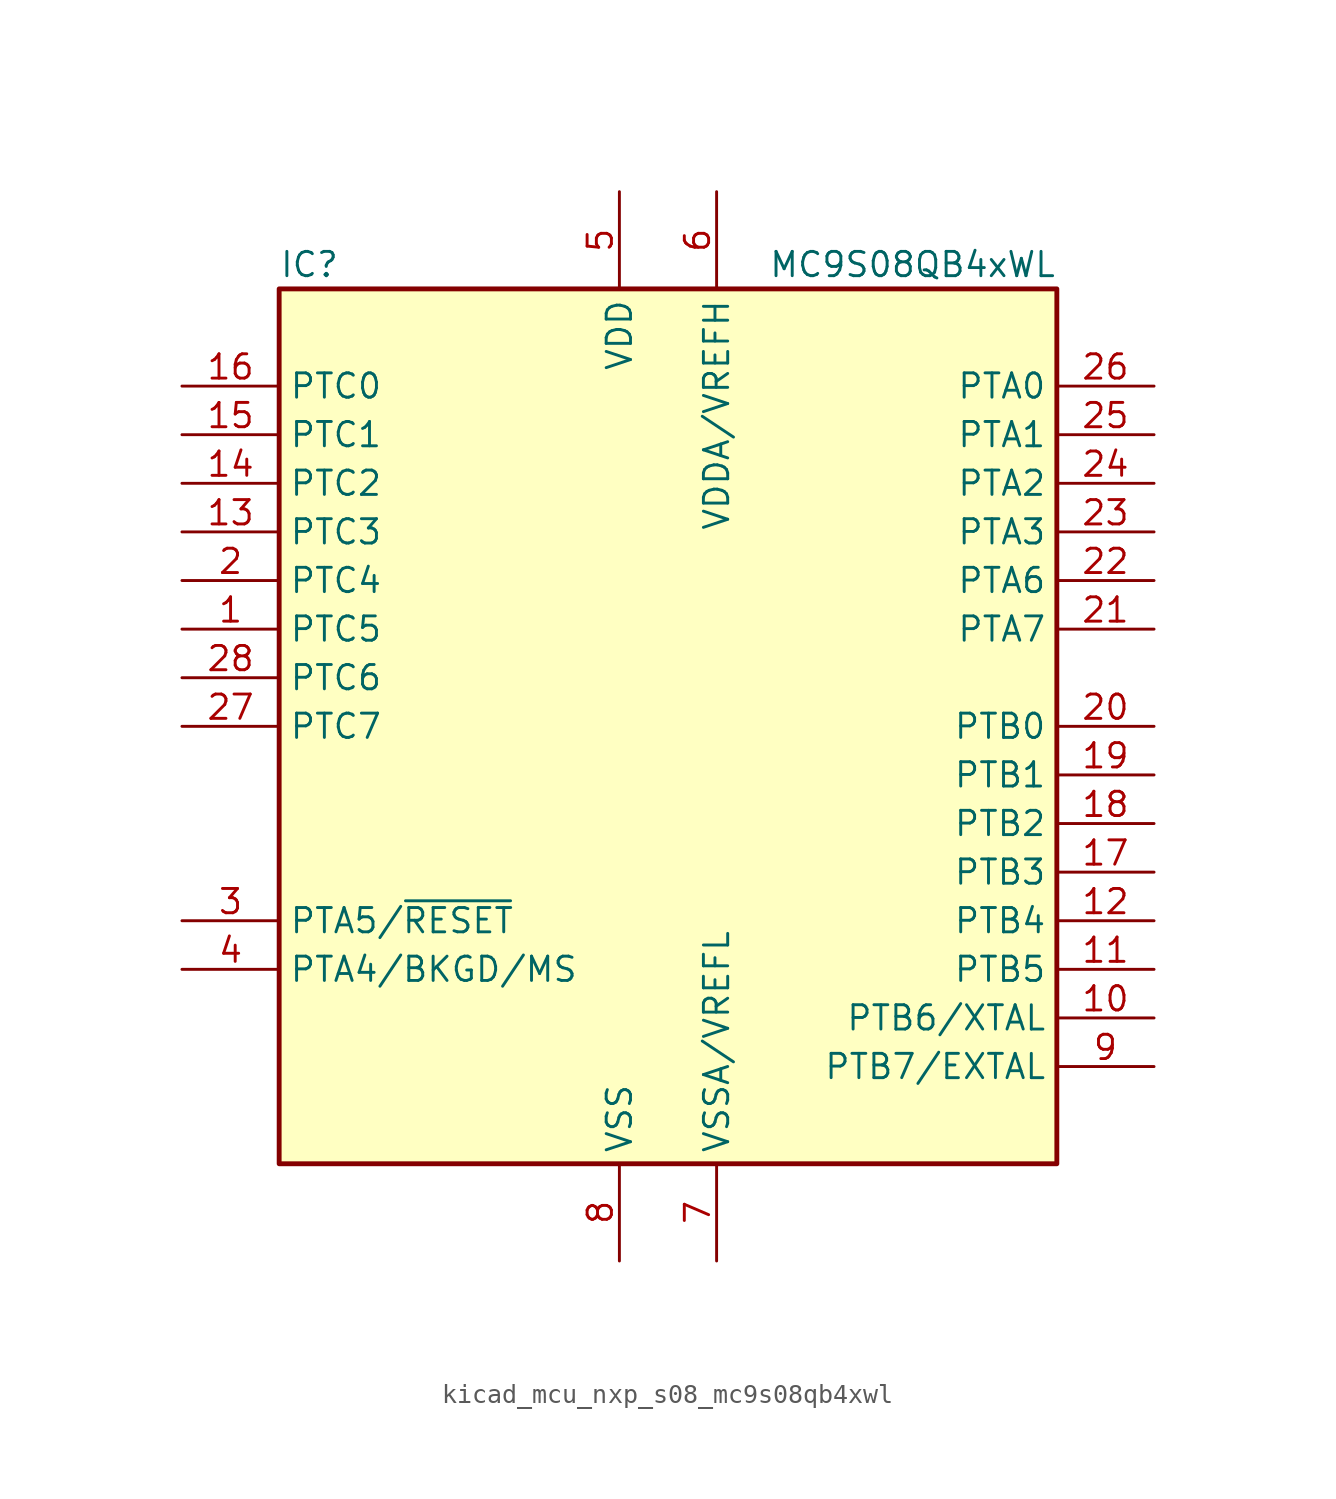
<source format=kicad_sym>
(kicad_symbol_lib
  (version 20220914)
  (generator kicad_symbol_editor)
  (symbol "kicad_mcu_nxp_s08_mc9s08qb4xwl"
    (property "Reference" "IC"
      (at -20.32 24.13 0)
      (effects (font (size 1.27 1.27)) (justify left)))
    (property "Value" "MC9S08QB4xWL"
      (at 20.32 24.13 0)
      (effects (font (size 1.27 1.27)) (justify right)))
    (symbol "kicad_mcu_nxp_s08_mc9s08qb4xwl_0_1"
      (rectangle (start -20.32 22.86) (end 20.32 -22.86) (stroke (width 0.254) (type default)) (fill (type background))))
    (symbol "kicad_mcu_nxp_s08_mc9s08qb4xwl_1_1"
      (pin bidirectional line (at -25.4 5.08 0) (length 5.08) (name "PTC5" (effects (font (size 1.27 1.27)))) (number "1" (effects (font (size 1.27 1.27)))))
      (pin bidirectional line (at 25.4 -15.24 180) (length 5.08) (name "PTB6/XTAL" (effects (font (size 1.27 1.27)))) (number "10" (effects (font (size 1.27 1.27)))))
      (pin bidirectional line (at 25.4 -12.7 180) (length 5.08) (name "PTB5" (effects (font (size 1.27 1.27)))) (number "11" (effects (font (size 1.27 1.27)))))
      (pin bidirectional line (at 25.4 -10.16 180) (length 5.08) (name "PTB4" (effects (font (size 1.27 1.27)))) (number "12" (effects (font (size 1.27 1.27)))))
      (pin bidirectional line (at -25.4 10.16 0) (length 5.08) (name "PTC3" (effects (font (size 1.27 1.27)))) (number "13" (effects (font (size 1.27 1.27)))))
      (pin bidirectional line (at -25.4 12.7 0) (length 5.08) (name "PTC2" (effects (font (size 1.27 1.27)))) (number "14" (effects (font (size 1.27 1.27)))))
      (pin bidirectional line (at -25.4 15.24 0) (length 5.08) (name "PTC1" (effects (font (size 1.27 1.27)))) (number "15" (effects (font (size 1.27 1.27)))))
      (pin bidirectional line (at -25.4 17.78 0) (length 5.08) (name "PTC0" (effects (font (size 1.27 1.27)))) (number "16" (effects (font (size 1.27 1.27)))))
      (pin bidirectional line (at 25.4 -7.62 180) (length 5.08) (name "PTB3" (effects (font (size 1.27 1.27)))) (number "17" (effects (font (size 1.27 1.27)))))
      (pin bidirectional line (at 25.4 -5.08 180) (length 5.08) (name "PTB2" (effects (font (size 1.27 1.27)))) (number "18" (effects (font (size 1.27 1.27)))))
      (pin bidirectional line (at 25.4 -2.54 180) (length 5.08) (name "PTB1" (effects (font (size 1.27 1.27)))) (number "19" (effects (font (size 1.27 1.27)))))
      (pin bidirectional line (at -25.4 7.62 0) (length 5.08) (name "PTC4" (effects (font (size 1.27 1.27)))) (number "2" (effects (font (size 1.27 1.27)))))
      (pin bidirectional line (at 25.4 0 180) (length 5.08) (name "PTB0" (effects (font (size 1.27 1.27)))) (number "20" (effects (font (size 1.27 1.27)))))
      (pin bidirectional line (at 25.4 5.08 180) (length 5.08) (name "PTA7" (effects (font (size 1.27 1.27)))) (number "21" (effects (font (size 1.27 1.27)))))
      (pin bidirectional line (at 25.4 7.62 180) (length 5.08) (name "PTA6" (effects (font (size 1.27 1.27)))) (number "22" (effects (font (size 1.27 1.27)))))
      (pin bidirectional line (at 25.4 10.16 180) (length 5.08) (name "PTA3" (effects (font (size 1.27 1.27)))) (number "23" (effects (font (size 1.27 1.27)))))
      (pin bidirectional line (at 25.4 12.7 180) (length 5.08) (name "PTA2" (effects (font (size 1.27 1.27)))) (number "24" (effects (font (size 1.27 1.27)))))
      (pin bidirectional line (at 25.4 15.24 180) (length 5.08) (name "PTA1" (effects (font (size 1.27 1.27)))) (number "25" (effects (font (size 1.27 1.27)))))
      (pin bidirectional line (at 25.4 17.78 180) (length 5.08) (name "PTA0" (effects (font (size 1.27 1.27)))) (number "26" (effects (font (size 1.27 1.27)))))
      (pin bidirectional line (at -25.4 0 0) (length 5.08) (name "PTC7" (effects (font (size 1.27 1.27)))) (number "27" (effects (font (size 1.27 1.27)))))
      (pin bidirectional line (at -25.4 2.54 0) (length 5.08) (name "PTC6" (effects (font (size 1.27 1.27)))) (number "28" (effects (font (size 1.27 1.27)))))
      (pin bidirectional line (at -25.4 -10.16 0) (length 5.08) (name "PTA5/~{RESET}" (effects (font (size 1.27 1.27)))) (number "3" (effects (font (size 1.27 1.27)))))
      (pin bidirectional line (at -25.4 -12.7 0) (length 5.08) (name "PTA4/BKGD/MS" (effects (font (size 1.27 1.27)))) (number "4" (effects (font (size 1.27 1.27)))))
      (pin power_in line (at -2.54 27.94 270) (length 5.08) (name "VDD" (effects (font (size 1.27 1.27)))) (number "5" (effects (font (size 1.27 1.27)))))
      (pin power_in line (at 2.54 27.94 270) (length 5.08) (name "VDDA/VREFH" (effects (font (size 1.27 1.27)))) (number "6" (effects (font (size 1.27 1.27)))))
      (pin power_in line (at 2.54 -27.94 90) (length 5.08) (name "VSSA/VREFL" (effects (font (size 1.27 1.27)))) (number "7" (effects (font (size 1.27 1.27)))))
      (pin power_in line (at -2.54 -27.94 90) (length 5.08) (name "VSS" (effects (font (size 1.27 1.27)))) (number "8" (effects (font (size 1.27 1.27)))))
      (pin bidirectional line (at 25.4 -17.78 180) (length 5.08) (name "PTB7/EXTAL" (effects (font (size 1.27 1.27)))) (number "9" (effects (font (size 1.27 1.27))))))))
</source>
